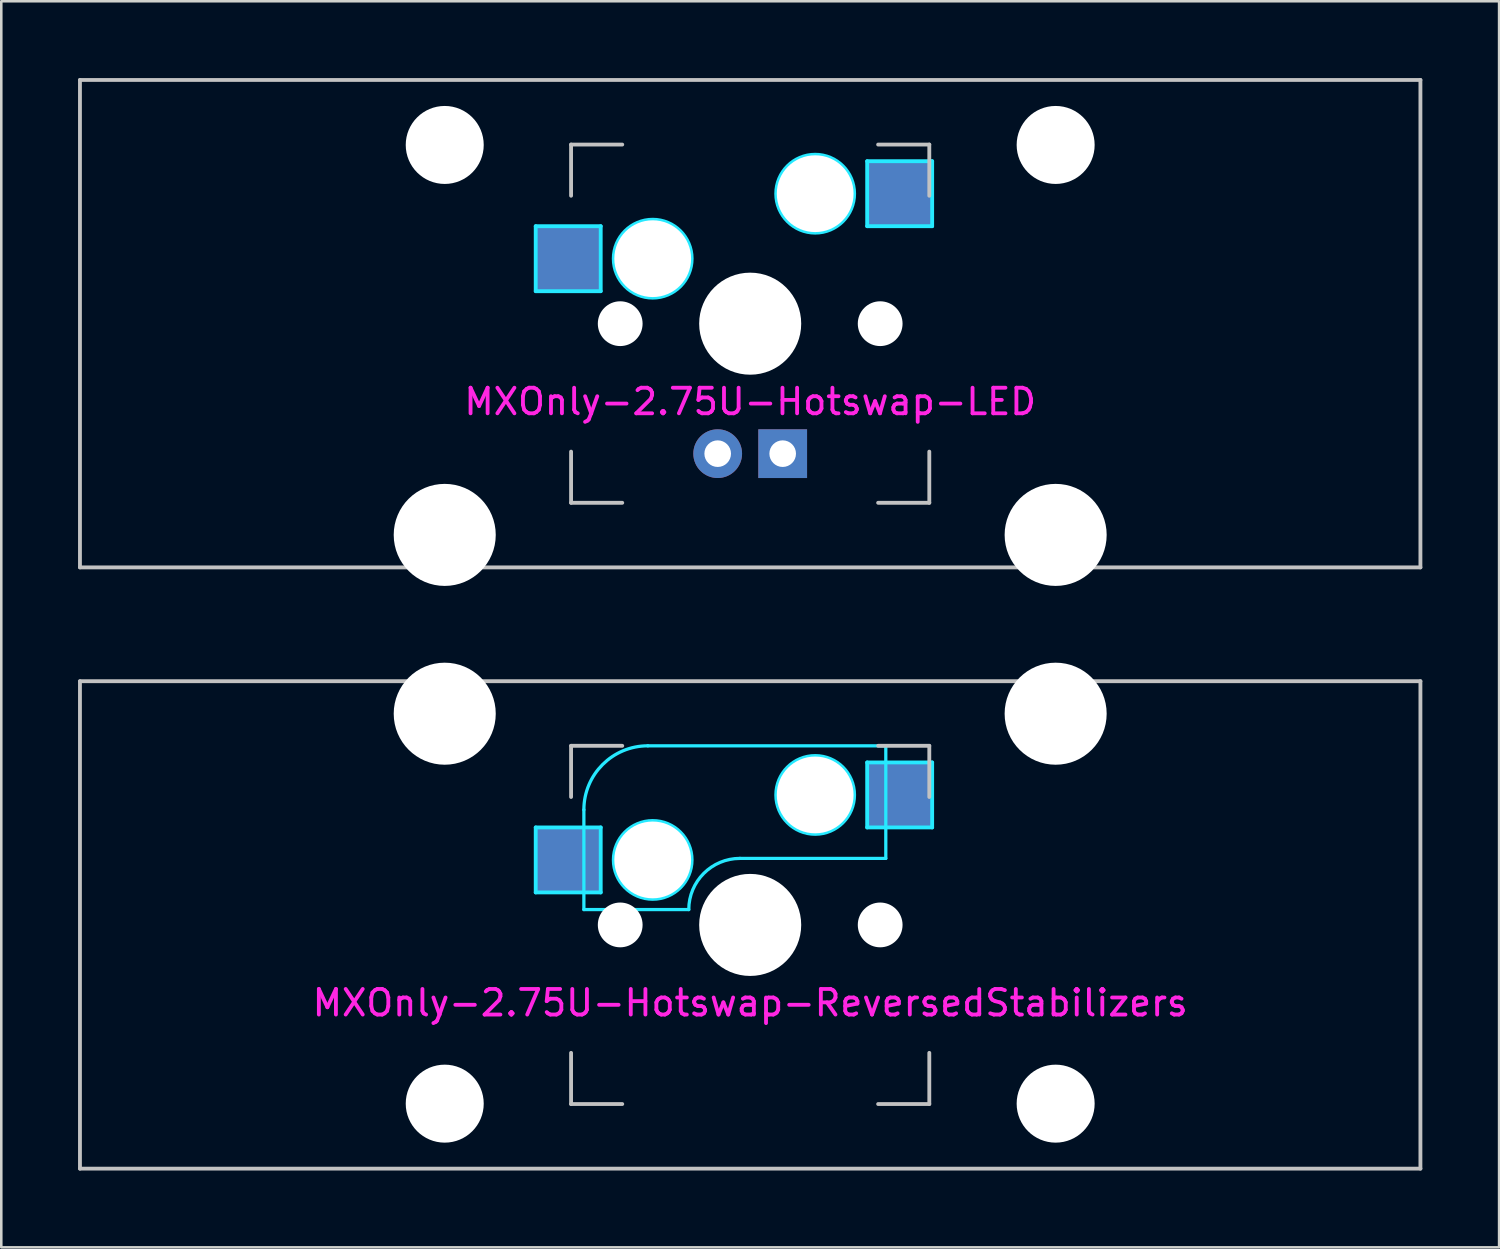
<source format=kicad_pcb>
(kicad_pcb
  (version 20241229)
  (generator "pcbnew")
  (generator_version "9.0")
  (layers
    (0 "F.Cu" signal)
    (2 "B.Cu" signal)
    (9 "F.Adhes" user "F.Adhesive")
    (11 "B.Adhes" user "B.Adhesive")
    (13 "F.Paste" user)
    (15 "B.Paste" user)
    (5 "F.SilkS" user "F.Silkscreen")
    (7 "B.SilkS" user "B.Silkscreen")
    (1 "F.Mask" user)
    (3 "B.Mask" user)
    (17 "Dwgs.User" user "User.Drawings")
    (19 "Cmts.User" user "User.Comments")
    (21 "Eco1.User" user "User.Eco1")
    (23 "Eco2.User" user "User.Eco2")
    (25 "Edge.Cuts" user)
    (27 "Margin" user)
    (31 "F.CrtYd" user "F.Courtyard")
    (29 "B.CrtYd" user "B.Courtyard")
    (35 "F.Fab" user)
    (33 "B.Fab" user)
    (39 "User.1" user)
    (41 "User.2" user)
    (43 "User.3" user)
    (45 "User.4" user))
  (footprint "MXOnly-2.75U-Hotswap-ReversedStabilizers"
    (layer "F.Cu")
    (at 26.269 33.098)
    (property "Reference" "MXOnly-2.75U-Hotswap-ReversedStabilizers" (at 0 3.048 0) (layer "F.CrtYd") (effects (font (size 1 1) (thickness 0.15))))
    (attr smd)
    (fp_line (start -26.194 -9.525) (end 26.194 -9.525) (stroke (width 0.15) (type solid)) (layer "Dwgs.User"))
    (fp_line (start -26.194 9.525) (end -26.194 -9.525) (stroke (width 0.15) (type solid)) (layer "Dwgs.User"))
    (fp_line (start -7 -7) (end -7 -5) (stroke (width 0.15) (type solid)) (layer "Dwgs.User"))
    (fp_line (start -7 5) (end -7 7) (stroke (width 0.15) (type solid)) (layer "Dwgs.User"))
    (fp_line (start -7 7) (end -5 7) (stroke (width 0.15) (type solid)) (layer "Dwgs.User"))
    (fp_line (start -5 -7) (end -7 -7) (stroke (width 0.15) (type solid)) (layer "Dwgs.User"))
    (fp_line (start 5 -7) (end 7 -7) (stroke (width 0.15) (type solid)) (layer "Dwgs.User"))
    (fp_line (start 5 7) (end 7 7) (stroke (width 0.15) (type solid)) (layer "Dwgs.User"))
    (fp_line (start 7 -7) (end 7 -5) (stroke (width 0.15) (type solid)) (layer "Dwgs.User"))
    (fp_line (start 7 7) (end 7 5) (stroke (width 0.15) (type solid)) (layer "Dwgs.User"))
    (fp_line (start 26.194 -9.525) (end 26.194 9.525) (stroke (width 0.15) (type solid)) (layer "Dwgs.User"))
    (fp_line (start 26.194 9.525) (end -26.194 9.525) (stroke (width 0.15) (type solid)) (layer "Dwgs.User"))
    (fp_line (start -8.382 -3.81) (end -5.842 -3.81) (stroke (width 0.15) (type solid)) (layer "B.CrtYd"))
    (fp_line (start -8.382 -1.27) (end -8.382 -3.81) (stroke (width 0.15) (type solid)) (layer "B.CrtYd"))
    (fp_line (start -6.5 -4.5) (end -6.5 -0.6) (stroke (width 0.127) (type solid)) (layer "B.CrtYd"))
    (fp_line (start -6.5 -0.6) (end -2.4 -0.6) (stroke (width 0.127) (type solid)) (layer "B.CrtYd"))
    (fp_line (start -5.842 -3.81) (end -5.842 -1.27) (stroke (width 0.15) (type solid)) (layer "B.CrtYd"))
    (fp_line (start -5.842 -1.27) (end -8.382 -1.27) (stroke (width 0.15) (type solid)) (layer "B.CrtYd"))
    (fp_line (start -0.4 -2.6) (end 5.3 -2.6) (stroke (width 0.127) (type solid)) (layer "B.CrtYd"))
    (fp_line (start 4.572 -6.35) (end 7.112 -6.35) (stroke (width 0.15) (type solid)) (layer "B.CrtYd"))
    (fp_line (start 4.572 -3.81) (end 4.572 -6.35) (stroke (width 0.15) (type solid)) (layer "B.CrtYd"))
    (fp_line (start 5.3 -7) (end -4 -7) (stroke (width 0.127) (type solid)) (layer "B.CrtYd"))
    (fp_line (start 5.3 -7) (end 5.3 -2.6) (stroke (width 0.127) (type solid)) (layer "B.CrtYd"))
    (fp_line (start 7.112 -6.35) (end 7.112 -3.81) (stroke (width 0.15) (type solid)) (layer "B.CrtYd"))
    (fp_line (start 7.112 -3.81) (end 4.572 -3.81) (stroke (width 0.15) (type solid)) (layer "B.CrtYd"))
    (fp_arc (start -6.5 -4.5) (mid -5.767767 -6.267767) (end -4 -7) (stroke (width 0.127) (type solid)) (layer "B.CrtYd"))
    (fp_arc (start -2.4 -0.6) (mid -1.814214 -2.014214) (end -0.4 -2.6) (stroke (width 0.127) (type solid)) (layer "B.CrtYd"))
    (fp_circle (center -3.81 -2.54) (end -3.81 -4.064) (stroke (width 0.15) (type solid)) (fill no) (layer "B.CrtYd"))
    (fp_circle (center 2.54 -5.08) (end 2.54 -6.604) (stroke (width 0.15) (type solid)) (fill no) (layer "B.CrtYd"))
    (pad "" np_thru_hole circle (at -11.938 -8.255) (size 3.988 3.988) (drill 3.988) (layers "*.Cu" "*.Mask"))
    (pad "" np_thru_hole circle (at -11.938 6.985) (size 3.048 3.048) (drill 3.048) (layers "*.Cu" "*.Mask"))
    (pad "" np_thru_hole circle (at -5.08 0 48.1) (size 1.75 1.75) (drill 1.75) (layers "*.Cu" "*.Mask"))
    (pad "" np_thru_hole circle (at -3.81 -2.54) (size 3 3) (drill 3) (layers "*.Cu" "*.Mask"))
    (pad "" np_thru_hole circle (at 0 0) (size 3.988 3.988) (drill 3.988) (layers "*.Cu" "*.Mask"))
    (pad "" np_thru_hole circle (at 2.54 -5.08) (size 3 3) (drill 3) (layers "*.Cu" "*.Mask"))
    (pad "" np_thru_hole circle (at 5.08 0 48.1) (size 1.75 1.75) (drill 1.75) (layers "*.Cu" "*.Mask"))
    (pad "" np_thru_hole circle (at 11.938 -8.255) (size 3.988 3.988) (drill 3.988) (layers "*.Cu" "*.Mask"))
    (pad "" np_thru_hole circle (at 11.938 6.985) (size 3.048 3.048) (drill 3.048) (layers "*.Cu" "*.Mask"))
    (pad "1" smd rect (at -7.085 -2.54) (size 2.55 2.5) (layers "B.Cu" "B.Mask" "B.Paste"))
    (pad "2" smd rect (at 5.842 -5.08) (size 2.55 2.5) (layers "B.Cu" "B.Mask" "B.Paste")))
  (footprint "MXOnly-2.75U-Hotswap-LED"
    (layer "F.Cu")
    (at 26.269 9.6)
    (property "Reference" "MXOnly-2.75U-Hotswap-LED" (at 0 3.048 0) (layer "F.CrtYd") (effects (font (size 1 1) (thickness 0.15))))
    (attr smd)
    (fp_line (start -26.194 -9.525) (end 26.194 -9.525) (stroke (width 0.15) (type solid)) (layer "Dwgs.User"))
    (fp_line (start -26.194 9.525) (end -26.194 -9.525) (stroke (width 0.15) (type solid)) (layer "Dwgs.User"))
    (fp_line (start -7 -7) (end -7 -5) (stroke (width 0.15) (type solid)) (layer "Dwgs.User"))
    (fp_line (start -7 5) (end -7 7) (stroke (width 0.15) (type solid)) (layer "Dwgs.User"))
    (fp_line (start -7 7) (end -5 7) (stroke (width 0.15) (type solid)) (layer "Dwgs.User"))
    (fp_line (start -5 -7) (end -7 -7) (stroke (width 0.15) (type solid)) (layer "Dwgs.User"))
    (fp_line (start 5 -7) (end 7 -7) (stroke (width 0.15) (type solid)) (layer "Dwgs.User"))
    (fp_line (start 5 7) (end 7 7) (stroke (width 0.15) (type solid)) (layer "Dwgs.User"))
    (fp_line (start 7 -7) (end 7 -5) (stroke (width 0.15) (type solid)) (layer "Dwgs.User"))
    (fp_line (start 7 7) (end 7 5) (stroke (width 0.15) (type solid)) (layer "Dwgs.User"))
    (fp_line (start 26.194 -9.525) (end 26.194 9.525) (stroke (width 0.15) (type solid)) (layer "Dwgs.User"))
    (fp_line (start 26.194 9.525) (end -26.194 9.525) (stroke (width 0.15) (type solid)) (layer "Dwgs.User"))
    (fp_line (start -8.382 -3.81) (end -5.842 -3.81) (stroke (width 0.15) (type solid)) (layer "B.CrtYd"))
    (fp_line (start -8.382 -1.27) (end -8.382 -3.81) (stroke (width 0.15) (type solid)) (layer "B.CrtYd"))
    (fp_line (start -5.842 -3.81) (end -5.842 -1.27) (stroke (width 0.15) (type solid)) (layer "B.CrtYd"))
    (fp_line (start -5.842 -1.27) (end -8.382 -1.27) (stroke (width 0.15) (type solid)) (layer "B.CrtYd"))
    (fp_line (start 4.572 -6.35) (end 7.112 -6.35) (stroke (width 0.15) (type solid)) (layer "B.CrtYd"))
    (fp_line (start 4.572 -3.81) (end 4.572 -6.35) (stroke (width 0.15) (type solid)) (layer "B.CrtYd"))
    (fp_line (start 7.112 -6.35) (end 7.112 -3.81) (stroke (width 0.15) (type solid)) (layer "B.CrtYd"))
    (fp_line (start 7.112 -3.81) (end 4.572 -3.81) (stroke (width 0.15) (type solid)) (layer "B.CrtYd"))
    (fp_circle (center -3.81 -2.54) (end -3.81 -4.064) (stroke (width 0.15) (type solid)) (fill no) (layer "B.CrtYd"))
    (fp_circle (center 2.54 -5.08) (end 2.54 -6.604) (stroke (width 0.15) (type solid)) (fill no) (layer "B.CrtYd"))
    (pad "" np_thru_hole circle (at -11.938 -6.985) (size 3.048 3.048) (drill 3.048) (layers "*.Cu" "*.Mask"))
    (pad "" np_thru_hole circle (at -11.938 8.255) (size 3.988 3.988) (drill 3.988) (layers "*.Cu" "*.Mask"))
    (pad "" np_thru_hole circle (at -5.08 0 48.1) (size 1.75 1.75) (drill 1.75) (layers "*.Cu" "*.Mask"))
    (pad "" np_thru_hole circle (at -3.81 -2.54) (size 3 3) (drill 3) (layers "*.Cu" "*.Mask"))
    (pad "" np_thru_hole circle (at 0 0) (size 3.988 3.988) (drill 3.988) (layers "*.Cu" "*.Mask"))
    (pad "" np_thru_hole circle (at 2.54 -5.08) (size 3 3) (drill 3) (layers "*.Cu" "*.Mask"))
    (pad "" np_thru_hole circle (at 5.08 0 48.1) (size 1.75 1.75) (drill 1.75) (layers "*.Cu" "*.Mask"))
    (pad "" np_thru_hole circle (at 11.938 -6.985) (size 3.048 3.048) (drill 3.048) (layers "*.Cu" "*.Mask"))
    (pad "" np_thru_hole circle (at 11.938 8.255) (size 3.988 3.988) (drill 3.988) (layers "*.Cu" "*.Mask"))
    (pad "1" smd rect (at -7.085 -2.54) (size 2.55 2.5) (layers "B.Cu" "B.Mask" "B.Paste"))
    (pad "2" smd rect (at 5.842 -5.08) (size 2.55 2.5) (layers "B.Cu" "B.Mask" "B.Paste"))
    (pad "3" thru_hole circle (at -1.27 5.08) (size 1.905 1.905) (drill 1.04) (layers "*.Cu" "B.Mask"))
    (pad "4" thru_hole rect (at 1.27 5.08) (size 1.905 1.905) (drill 1.04) (layers "*.Cu" "B.Mask")))
  (gr_rect
    (start -3 -3)
    (end 55.538 45.698)
    (stroke (width 0.1) (type default))
    (fill no)
    (layer "Edge.Cuts")))
</source>
